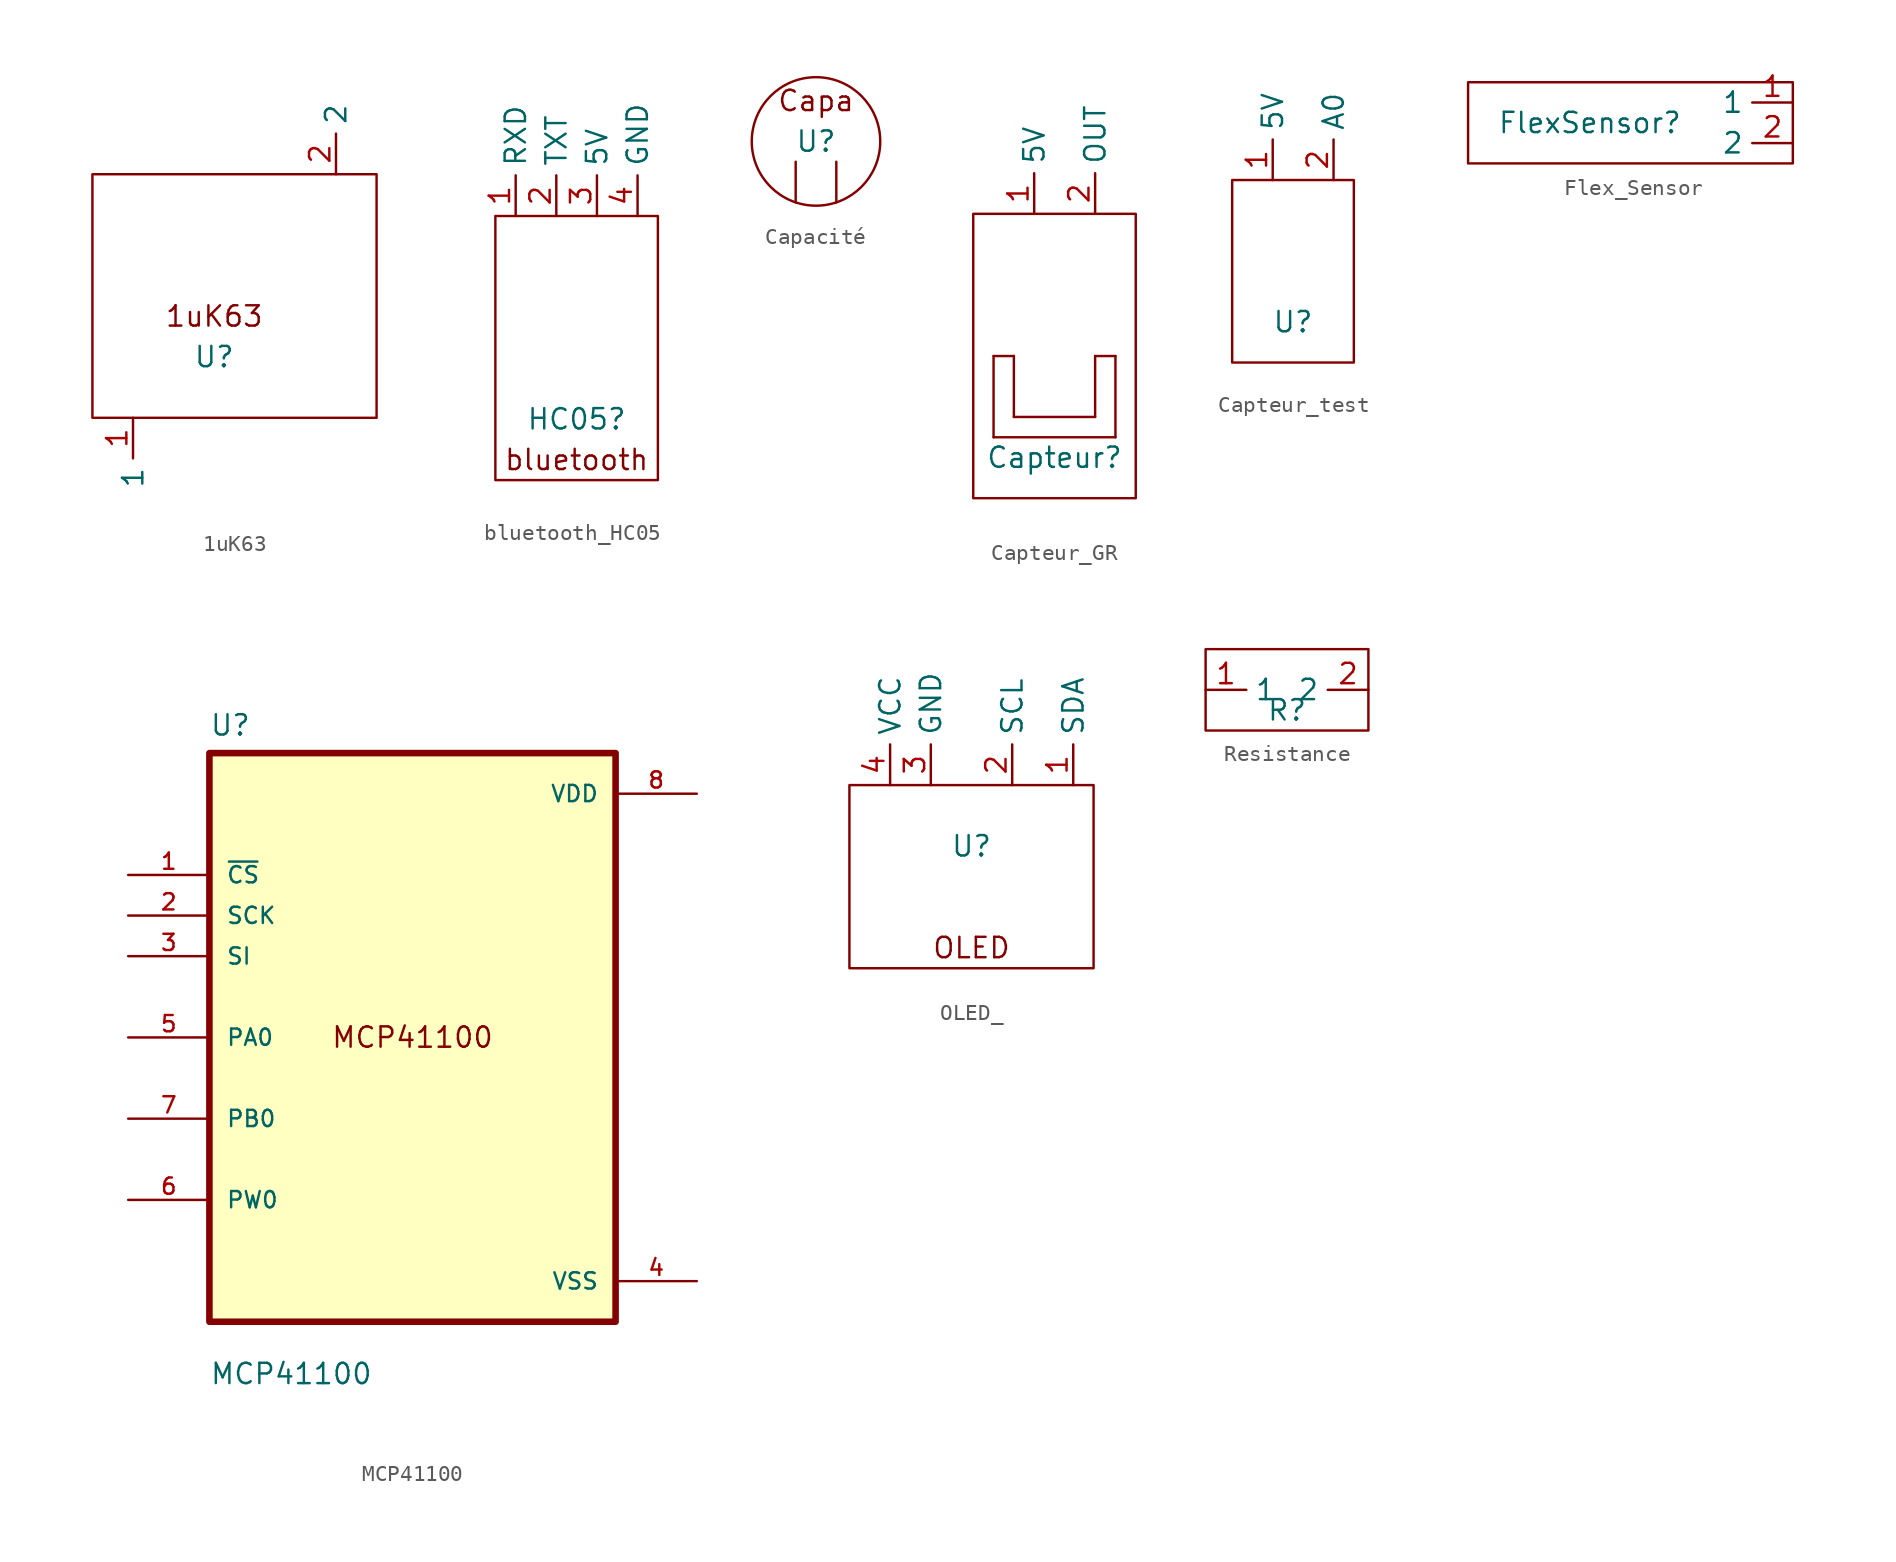
<source format=kicad_sym>
(kicad_symbol_lib
  (version 20220914)
  (generator kicad_symbol_editor)
  (symbol "1uK63"
    (property "Reference" "U"
      (at 0 0 0)
      (effects (font (size 1.27 1.27))))
    (property "Value" ""
      (at 0 0 0)
      (effects (font (size 1.27 1.27))))
    (symbol "1uK63_0_1"
      (polyline (pts (xy -7.62 11.43) (xy 10.16 11.43) (xy 10.16 -3.81) (xy -7.62 -3.81) (xy -7.62 11.43)) (stroke (width 0) (type default)) (fill (type none))))
    (symbol "1uK63_1_1"
      (text "1uK63" (at 0 2.54 0) (effects (font (size 1.27 1.27))))
      (pin bidirectional line (at -5.08 -3.81 270) (length 2.54) (name "1" (effects (font (size 1.27 1.27)))) (number "1" (effects (font (size 1.27 1.27)))))
      (pin bidirectional line (at 7.62 11.43 90) (length 2.54) (name "2" (effects (font (size 1.27 1.27)))) (number "2" (effects (font (size 1.27 1.27)))))))
  (symbol "bluetooth_HC05"
    (property "Reference" "HC05"
      (at 0 -11.43 0)
      (effects (font (size 1.27 1.27))))
    (property "Value" ""
      (at 0 0 0)
      (effects (font (size 1.27 1.27))))
    (symbol "bluetooth_HC05_0_1"
      (rectangle (start -5.08 1.27) (end 5.08 -15.24) (stroke (width 0) (type default)) (fill (type none))))
    (symbol "bluetooth_HC05_1_1"
      (text "bluetooth\n" (at 0 -13.97 0) (effects (font (size 1.27 1.27))))
      (pin bidirectional line (at -3.81 1.27 90) (length 2.54) (name "RXD" (effects (font (size 1.27 1.27)))) (number "1" (effects (font (size 1.27 1.27)))))
      (pin bidirectional line (at -1.27 1.27 90) (length 2.54) (name "TXT" (effects (font (size 1.27 1.27)))) (number "2" (effects (font (size 1.27 1.27)))))
      (pin power_in line (at 1.27 1.27 90) (length 2.54) (name "5V" (effects (font (size 1.27 1.27)))) (number "3" (effects (font (size 1.27 1.27)))))
      (pin passive line (at 3.81 1.27 90) (length 2.54) (name "GND" (effects (font (size 1.27 1.27)))) (number "4" (effects (font (size 1.27 1.27)))))))
  (symbol "Capacité"
    (property "Reference" "U"
      (at 0 0 0)
      (effects (font (size 1.27 1.27))))
    (property "Value" ""
      (at 0 0 0)
      (effects (font (size 1.27 1.27))))
    (symbol "Capacité_0_1"
      (circle (center 0 0) (radius 4.016) (stroke (width 0) (type default)) (fill (type none))))
    (symbol "Capacité_1_1"
      (text "Capa" (at 0 2.54 0) (effects (font (size 1.27 1.27))))
      (pin bidirectional line (at -1.27 -3.81 90) (length 2.54) (name "" (effects (font (size 1.27 1.27)))) (number "" (effects (font (size 1.27 1.27)))))
      (pin bidirectional line (at 1.27 -3.81 90) (length 2.54) (name "" (effects (font (size 1.27 1.27)))) (number "" (effects (font (size 1.27 1.27)))))))
  (symbol "Capteur_GR"
    (property "Reference" "Capteur"
      (at 0 -13.97 0)
      (effects (font (size 1.27 1.27))))
    (property "Value" ""
      (at 0 0 0)
      (effects (font (size 1.27 1.27))))
    (symbol "Capteur_GR_0_1"
      (rectangle (start -3.81 -12.7) (end 3.81 -12.7) (stroke (width 0) (type default)) (fill (type none)))
      (rectangle (start -3.81 -7.62) (end -3.81 -12.7) (stroke (width 0) (type default)) (fill (type none)))
      (rectangle (start -3.81 -7.62) (end -2.54 -7.62) (stroke (width 0) (type default)) (fill (type none)))
      (rectangle (start -2.54 -11.43) (end 2.54 -11.43) (stroke (width 0) (type default)) (fill (type none)))
      (rectangle (start -2.54 -7.62) (end -2.54 -11.43) (stroke (width 0) (type default)) (fill (type none)))
      (arc (start -1.27 1.27) (mid -1.27 1.27) (end -1.27 1.27) (stroke (width 0) (type default)) (fill (type none)))
      (polyline (pts (xy -1.27 1.27) (xy 5.08 1.27) (xy 5.08 -16.51) (xy -5.08 -16.51) (xy -5.08 1.27) (xy -1.27 1.27)) (stroke (width 0) (type default)) (fill (type none)))
      (rectangle (start 2.54 -7.62) (end 2.54 -11.43) (stroke (width 0) (type default)) (fill (type none)))
      (rectangle (start 2.54 -7.62) (end 3.81 -7.62) (stroke (width 0) (type default)) (fill (type none)))
      (rectangle (start 3.81 -7.62) (end 3.81 -12.7) (stroke (width 0) (type default)) (fill (type none))))
    (symbol "Capteur_GR_1_1"
      (pin passive line (at -1.27 1.27 90) (length 2.54) (name "5V" (effects (font (size 1.27 1.27)))) (number "1" (effects (font (size 1.27 1.27)))))
      (pin passive line (at 2.54 1.27 90) (length 2.54) (name "OUT" (effects (font (size 1.27 1.27)))) (number "2" (effects (font (size 1.27 1.27)))))))
  (symbol "Capteur_test"
    (property "Reference" "U"
      (at 0 -5.08 0)
      (effects (font (size 1.27 1.27))))
    (property "Value" ""
      (at 0 0 0)
      (effects (font (size 1.27 1.27))))
    (symbol "Capteur_test_0_1"
      (rectangle (start -3.81 3.81) (end 3.81 -7.62) (stroke (width 0) (type default)) (fill (type none))))
    (symbol "Capteur_test_1_1"
      (pin passive line (at -1.27 3.81 90) (length 2.54) (name "5V" (effects (font (size 1.27 1.27)))) (number "1" (effects (font (size 1.27 1.27)))))
      (pin passive line (at 2.54 3.81 90) (length 2.54) (name "A0" (effects (font (size 1.27 1.27)))) (number "2" (effects (font (size 1.27 1.27)))))))
  (symbol "Flex_Sensor"
    (property "Reference" "FlexSensor"
      (at 2.54 0 0)
      (effects (font (size 1.27 1.27))))
    (property "Value" ""
      (at 0 0 0)
      (effects (font (size 1.27 1.27))))
    (symbol "Flex_Sensor_0_1"
      (rectangle (start -5.08 2.54) (end 15.24 -2.54) (stroke (width 0) (type default)) (fill (type none)))
      (rectangle (start 0 0) (end 0 0) (stroke (width 0) (type default)) (fill (type none))))
    (symbol "Flex_Sensor_1_1"
      (pin passive line (at 15.24 1.27 180) (length 2.54) (name "1" (effects (font (size 1.27 1.27)))) (number "1" (effects (font (size 1.27 1.27)))))
      (pin output line (at 15.24 -1.27 180) (length 2.54) (name "2" (effects (font (size 1.27 1.27)))) (number "2" (effects (font (size 1.27 1.27)))))))
  (symbol "MCP41100"
    (pin_names
      (offset 1.016))
    (property "Reference" "U"
      (at -12.7 18.78 0)
      (effects (font (size 1.27 1.27)) (justify left bottom)))
    (property "Value" "MCP41100"
      (at -12.7 -21.78 0)
      (effects (font (size 1.27 1.27)) (justify left bottom)))
    (symbol "MCP41100_0_0"
      (rectangle (start -12.7 -17.78) (end 12.7 17.78) (stroke (width 0.41) (type default)) (fill (type background)))
      (pin input line (at -17.78 10.16 0) (length 5.08) (name "~{CS}" (effects (font (size 1.016 1.016)))) (number "1" (effects (font (size 1.016 1.016)))))
      (pin input line (at -17.78 7.62 0) (length 5.08) (name "SCK" (effects (font (size 1.016 1.016)))) (number "2" (effects (font (size 1.016 1.016)))))
      (pin input line (at -17.78 5.08 0) (length 5.08) (name "SI" (effects (font (size 1.016 1.016)))) (number "3" (effects (font (size 1.016 1.016)))))
      (pin power_in line (at 17.78 -15.24 180) (length 5.08) (name "VSS" (effects (font (size 1.016 1.016)))) (number "4" (effects (font (size 1.016 1.016)))))
      (pin bidirectional line (at -17.78 0 0) (length 5.08) (name "PA0" (effects (font (size 1.016 1.016)))) (number "5" (effects (font (size 1.016 1.016)))))
      (pin bidirectional line (at -17.78 -10.16 0) (length 5.08) (name "PW0" (effects (font (size 1.016 1.016)))) (number "6" (effects (font (size 1.016 1.016)))))
      (pin bidirectional line (at -17.78 -5.08 0) (length 5.08) (name "PB0" (effects (font (size 1.016 1.016)))) (number "7" (effects (font (size 1.016 1.016)))))
      (pin power_in line (at 17.78 15.24 180) (length 5.08) (name "VDD" (effects (font (size 1.016 1.016)))) (number "8" (effects (font (size 1.016 1.016))))))
    (symbol "MCP41100_1_1"
      (text "MCP41100\n" (at 0 0 0) (effects (font (size 1.27 1.27))))))
  (symbol "OLED_"
    (property "Reference" "U"
      (at 0 0 0)
      (effects (font (size 1.27 1.27))))
    (property "Value" ""
      (at 0 0 0)
      (effects (font (size 1.27 1.27))))
    (symbol "OLED__0_1"
      (rectangle (start -7.62 3.81) (end 7.62 -7.62) (stroke (width 0) (type default)) (fill (type none))))
    (symbol "OLED__1_1"
      (text "OLED" (at 0 -6.35 0) (effects (font (size 1.27 1.27))))
      (pin bidirectional line (at 6.35 3.81 90) (length 2.54) (name "SDA" (effects (font (size 1.27 1.27)))) (number "1" (effects (font (size 1.27 1.27)))))
      (pin bidirectional line (at 2.54 3.81 90) (length 2.54) (name "SCL" (effects (font (size 1.27 1.27)))) (number "2" (effects (font (size 1.27 1.27)))))
      (pin passive line (at -2.54 3.81 90) (length 2.54) (name "GND" (effects (font (size 1.27 1.27)))) (number "3" (effects (font (size 1.27 1.27)))))
      (pin power_in line (at -5.08 3.81 90) (length 2.54) (name "VCC" (effects (font (size 1.27 1.27)))) (number "4" (effects (font (size 1.27 1.27)))))))
  (symbol "Resistance"
    (property "Reference" "R"
      (at 0 -1.27 0)
      (effects (font (size 1.27 1.27))))
    (property "Value" ""
      (at 0 0 0)
      (effects (font (size 1.27 1.27))))
    (symbol "Resistance_0_1"
      (rectangle (start -5.08 2.54) (end 5.08 -2.54) (stroke (width 0) (type default)) (fill (type none))))
    (symbol "Resistance_1_1"
      (pin bidirectional line (at -5.08 0 0) (length 2.54) (name "1" (effects (font (size 1.27 1.27)))) (number "1" (effects (font (size 1.27 1.27)))))
      (pin bidirectional line (at 5.08 0 180) (length 2.54) (name "2" (effects (font (size 1.27 1.27)))) (number "2" (effects (font (size 1.27 1.27))))))))
</source>
